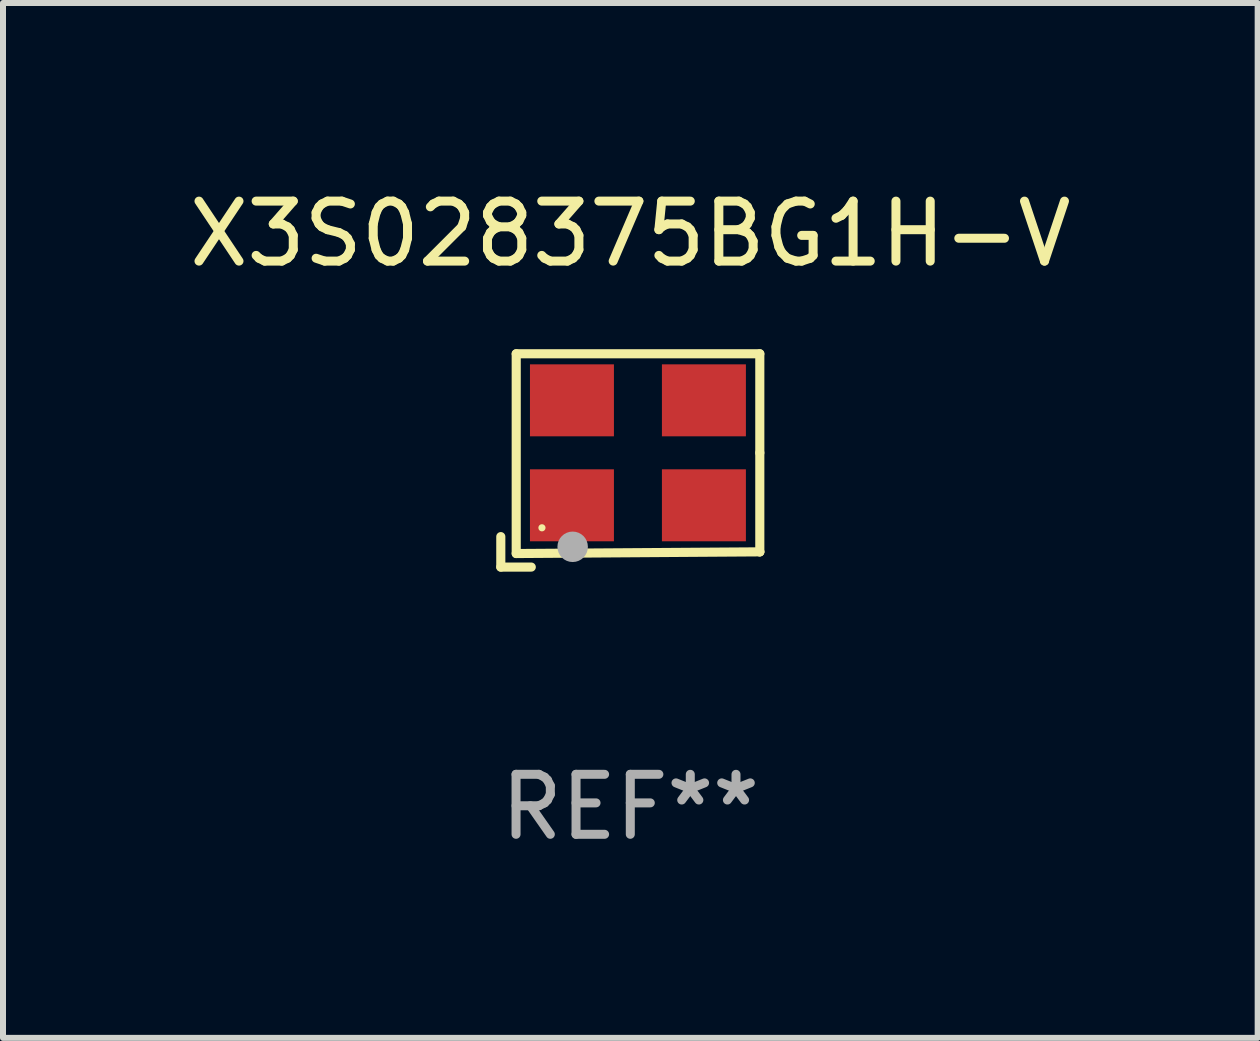
<source format=kicad_pcb>
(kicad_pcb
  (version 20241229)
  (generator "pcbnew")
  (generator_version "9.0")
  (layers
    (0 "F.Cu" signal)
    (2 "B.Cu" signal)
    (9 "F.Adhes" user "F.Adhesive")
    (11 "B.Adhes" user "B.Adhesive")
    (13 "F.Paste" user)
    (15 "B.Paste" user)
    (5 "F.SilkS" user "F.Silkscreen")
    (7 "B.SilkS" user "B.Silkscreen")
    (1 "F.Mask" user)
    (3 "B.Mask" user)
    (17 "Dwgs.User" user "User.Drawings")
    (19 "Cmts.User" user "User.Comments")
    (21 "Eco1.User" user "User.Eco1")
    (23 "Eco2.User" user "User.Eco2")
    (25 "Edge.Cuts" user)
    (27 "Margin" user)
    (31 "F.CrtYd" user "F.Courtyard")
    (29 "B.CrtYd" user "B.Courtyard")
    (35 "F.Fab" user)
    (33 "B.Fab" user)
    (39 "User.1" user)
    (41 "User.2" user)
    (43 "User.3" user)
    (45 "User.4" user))
  (footprint "X3S028375BG1H-V"
    (layer "F.Cu")
    (at 7.458 4.626)
    (property "Reference" "X3S028375BG1H-V" (at 0 -3.778 0) (layer "F.SilkS") (effects (font (size 1 1) (thickness 0.15))))
    (attr through_hole)
    (fp_line (start -2.159 1.27) (end -2.159 1.778) (stroke (width 0.152) (type solid)) (layer "F.SilkS"))
    (fp_line (start -2.159 1.778) (end -1.651 1.778) (stroke (width 0.152) (type solid)) (layer "F.SilkS"))
    (fp_line (start -1.902 -1.778) (end 2.159 -1.778) (stroke (width 0.152) (type solid)) (layer "F.SilkS"))
    (fp_line (start -1.902 1.552) (end -1.902 -1.778) (stroke (width 0.152) (type solid)) (layer "F.SilkS"))
    (fp_line (start 2.159 -1.778) (end 2.159 -0.127) (stroke (width 0.152) (type solid)) (layer "F.SilkS"))
    (fp_line (start 2.159 -0.127) (end 2.159 1.524) (stroke (width 0.152) (type solid)) (layer "F.SilkS"))
    (fp_line (start 2.159 1.524) (end -1.902 1.552) (stroke (width 0.152) (type solid)) (layer "F.SilkS"))
    (fp_line (start 2.159 1.524) (end 2.159 1.524) (stroke (width 0.152) (type solid)) (layer "F.SilkS"))
    (fp_circle (center -1.473 1.123) (end -1.443 1.123) (stroke (width 0.06) (type solid)) (fill no) (layer "F.SilkS"))
    (fp_circle (center -0.961 1.44) (end -0.834 1.44) (stroke (width 0.254) (type solid)) (fill no) (layer "F.Fab"))
    (fp_text user "REF**" (at 0 5.778 0) (layer "F.Fab") (effects (font (size 1 1) (thickness 0.15))))
    (pad "1" smd rect (at -0.973 0.748) (size 1.4 1.2) (layers "F.Cu" "F.Mask" "F.Paste"))
    (pad "2" smd rect (at 1.227 0.748) (size 1.4 1.2) (layers "F.Cu" "F.Mask" "F.Paste"))
    (pad "3" smd rect (at 1.227 -1.002) (size 1.4 1.2) (layers "F.Cu" "F.Mask" "F.Paste"))
    (pad "4" smd rect (at -0.973 -1.002) (size 1.4 1.2) (layers "F.Cu" "F.Mask" "F.Paste")))
  (gr_rect
    (start -3 -3)
    (end 17.917 14.253)
    (stroke (width 0.1) (type default))
    (fill no)
    (layer "Edge.Cuts")))
</source>
